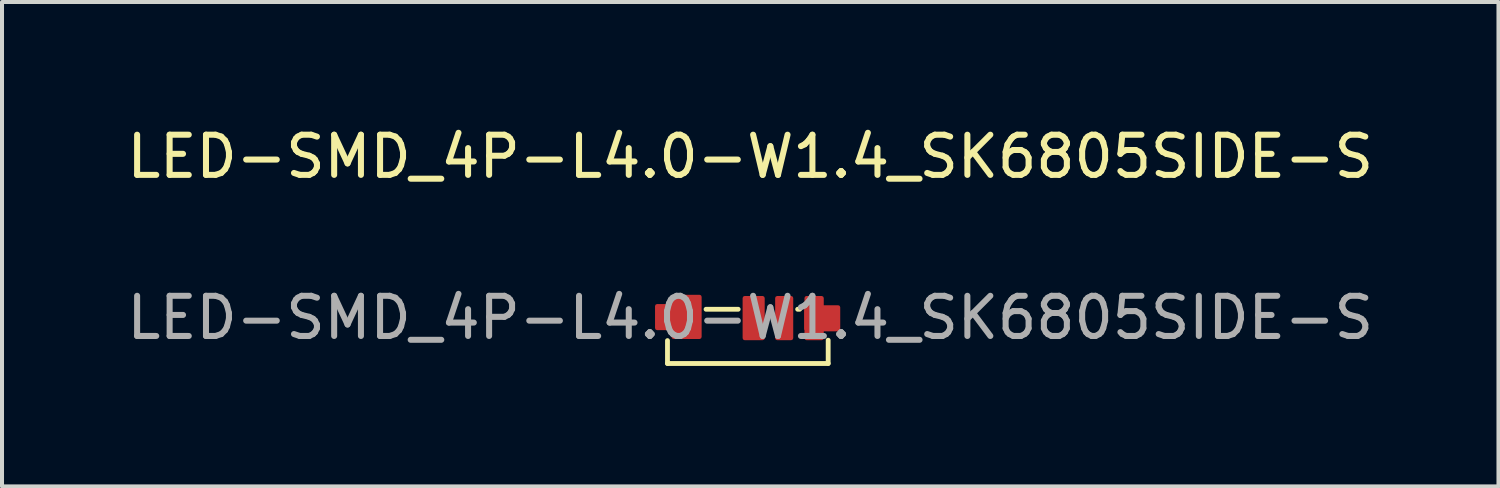
<source format=kicad_pcb>
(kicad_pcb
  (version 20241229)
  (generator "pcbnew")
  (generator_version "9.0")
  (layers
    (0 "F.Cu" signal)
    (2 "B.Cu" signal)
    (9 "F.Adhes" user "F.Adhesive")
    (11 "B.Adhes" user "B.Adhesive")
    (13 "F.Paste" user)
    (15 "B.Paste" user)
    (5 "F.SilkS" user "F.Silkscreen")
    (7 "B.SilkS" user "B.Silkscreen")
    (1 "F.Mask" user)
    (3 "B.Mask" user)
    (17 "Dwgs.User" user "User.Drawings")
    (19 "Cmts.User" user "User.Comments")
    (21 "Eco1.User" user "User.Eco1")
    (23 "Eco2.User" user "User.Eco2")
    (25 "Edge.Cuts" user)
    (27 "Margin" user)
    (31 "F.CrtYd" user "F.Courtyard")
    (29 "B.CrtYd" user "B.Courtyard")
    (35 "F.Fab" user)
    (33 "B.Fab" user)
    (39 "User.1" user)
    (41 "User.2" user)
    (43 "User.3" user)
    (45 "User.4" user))
  (footprint "LED-SMD_4P-L4.0-W1.4_SK6805SIDE-S"
    (layer "F.Cu")
    (at 15.625 4.858)
    (property "Reference" "LED-SMD_4P-L4.0-W1.4_SK6805SIDE-S" (at 0 -4.01 0) (layer "F.SilkS") (effects (font (size 1 1) (thickness 0.15))))
    (attr through_hole)
    (fp_line (start -2.06 0.57) (end -2.06 1.14) (stroke (width 0.12) (type solid)) (layer "F.SilkS"))
    (fp_line (start -2.06 1.14) (end 1.94 1.14) (stroke (width 0.12) (type solid)) (layer "F.SilkS"))
    (fp_line (start -1.1 -0.21) (end -0.3 -0.21) (stroke (width 0.12) (type solid)) (layer "F.SilkS"))
    (fp_line (start 0.48 -0.21) (end 0.5 -0.21) (stroke (width 0.12) (type solid)) (layer "F.SilkS"))
    (fp_line (start 1.18 -0.21) (end 1.23 -0.21) (stroke (width 0.12) (type solid)) (layer "F.SilkS"))
    (fp_line (start 1.94 1.14) (end 1.94 0.56) (stroke (width 0.12) (type solid)) (layer "F.SilkS"))
    (fp_circle (center -2.06 -0.21) (end -2.03 -0.21) (stroke (width 0.06) (type solid)) (fill no) (layer "F.Fab"))
    (fp_text user "${REFERENCE}" (at 0 0 0) (layer "F.Fab") (effects (font (size 1 1) (thickness 0.15))))
    (pad "1" smd custom (at -1.5 0) (size 0.5 0.4) (layers "F.Cu" "F.Mask" "F.Paste") (options (anchor rect)) (primitives (gr_poly (pts (xy -0.41 -0.52) (xy -0.41 -0.29) (xy -0.82 -0.29) (xy -0.82 0.26) (xy -0.41 0.26) (xy -0.41 0.48) (xy 0.24 0.48) (xy 0.24 -0.52)) (width 0.1) (fill yes))))
    (pad "2" smd custom (at 0 0) (size 0.3 0.5) (layers "F.Cu" "F.Mask" "F.Paste") (options (anchor rect)) (primitives (gr_poly (pts (xy -0.14 -0.49) (xy -0.14 0.51) (xy 0.31 0.51) (xy 0.31 -0.49)) (width 0.1) (fill yes))))
    (pad "3" smd custom (at 0.85 0) (size 0.2 0.2) (layers "F.Cu" "F.Mask" "F.Paste") (options (anchor rect)) (primitives (gr_poly (pts (xy -0.18 -0.49) (xy -0.18 0.51) (xy 0.17 0.51) (xy 0.17 -0.49)) (width 0.1) (fill yes))))
    (pad "4" smd custom (at 1.7 0) (size 0.5 0.5) (layers "F.Cu" "F.Mask" "F.Paste") (options (anchor rect)) (primitives (gr_poly (pts (xy 0.08 -0.26) (xy 0.08 -0.49) (xy -0.3 -0.49) (xy -0.3 -0.26) (xy -0.31 -0.26) (xy -0.31 0.29) (xy -0.3 0.29) (xy -0.3 0.51) (xy 0.08 0.51) (xy 0.08 0.29) (xy 0.49 0.29) (xy 0.49 -0.26)) (width 0.1) (fill yes)))))
  (gr_rect
    (start -3 -3)
    (end 34.25 9.058)
    (stroke (width 0.1) (type default))
    (fill no)
    (layer "Edge.Cuts")))
</source>
